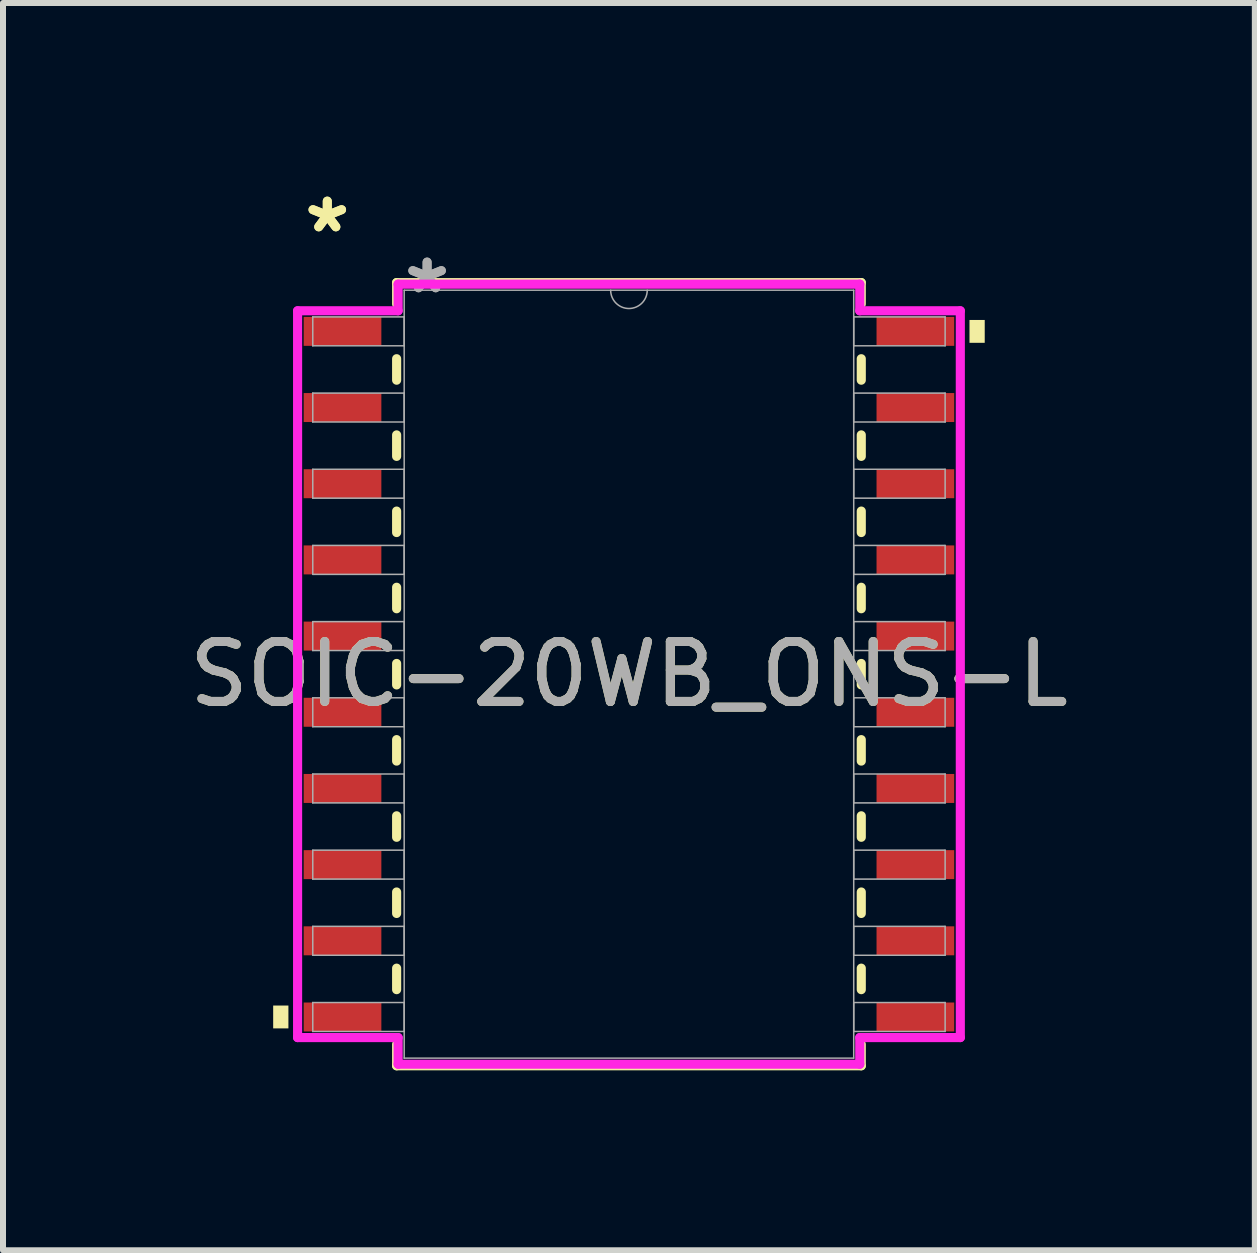
<source format=kicad_pcb>
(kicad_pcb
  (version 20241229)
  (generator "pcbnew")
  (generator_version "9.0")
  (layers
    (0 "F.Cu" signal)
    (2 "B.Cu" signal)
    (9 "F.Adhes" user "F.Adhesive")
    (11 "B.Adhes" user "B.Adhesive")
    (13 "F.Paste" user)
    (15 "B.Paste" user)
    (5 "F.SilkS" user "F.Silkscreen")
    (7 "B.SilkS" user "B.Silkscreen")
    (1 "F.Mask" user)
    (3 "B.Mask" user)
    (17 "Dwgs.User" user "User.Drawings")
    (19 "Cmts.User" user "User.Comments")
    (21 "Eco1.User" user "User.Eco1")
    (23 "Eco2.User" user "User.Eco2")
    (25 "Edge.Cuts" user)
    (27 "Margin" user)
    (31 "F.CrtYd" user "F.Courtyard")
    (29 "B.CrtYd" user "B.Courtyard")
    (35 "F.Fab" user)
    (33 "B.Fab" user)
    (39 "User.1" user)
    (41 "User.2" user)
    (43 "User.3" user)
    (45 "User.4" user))
  (footprint "SOIC-20WB_ONS-L"
    (layer "F.Cu")
    (at 7.435 8.189)
    (property "Reference" "SOIC-20WB_ONS-L" (at 0 0 0) (unlocked yes) (layer "F.SilkS") (effects (font (size 1 1) (thickness 0.15))))
    (attr smd)
    (fp_line (start -3.873 -6.528) (end -3.873 -6.171) (stroke (width 0.152) (type solid)) (layer "F.SilkS"))
    (fp_line (start -3.873 -5.259) (end -3.873 -4.901) (stroke (width 0.152) (type solid)) (layer "F.SilkS"))
    (fp_line (start -3.873 -3.989) (end -3.873 -3.631) (stroke (width 0.152) (type solid)) (layer "F.SilkS"))
    (fp_line (start -3.873 -2.719) (end -3.873 -2.361) (stroke (width 0.152) (type solid)) (layer "F.SilkS"))
    (fp_line (start -3.873 -1.449) (end -3.873 -1.091) (stroke (width 0.152) (type solid)) (layer "F.SilkS"))
    (fp_line (start -3.873 -0.179) (end -3.873 0.179) (stroke (width 0.152) (type solid)) (layer "F.SilkS"))
    (fp_line (start -3.873 1.091) (end -3.873 1.449) (stroke (width 0.152) (type solid)) (layer "F.SilkS"))
    (fp_line (start -3.873 2.361) (end -3.873 2.719) (stroke (width 0.152) (type solid)) (layer "F.SilkS"))
    (fp_line (start -3.873 3.631) (end -3.873 3.989) (stroke (width 0.152) (type solid)) (layer "F.SilkS"))
    (fp_line (start -3.873 4.901) (end -3.873 5.259) (stroke (width 0.152) (type solid)) (layer "F.SilkS"))
    (fp_line (start -3.873 6.171) (end -3.873 6.528) (stroke (width 0.152) (type solid)) (layer "F.SilkS"))
    (fp_line (start -3.873 6.528) (end 3.873 6.528) (stroke (width 0.152) (type solid)) (layer "F.SilkS"))
    (fp_line (start 3.873 -6.528) (end -3.873 -6.528) (stroke (width 0.152) (type solid)) (layer "F.SilkS"))
    (fp_line (start 3.873 -6.171) (end 3.873 -6.528) (stroke (width 0.152) (type solid)) (layer "F.SilkS"))
    (fp_line (start 3.873 -4.901) (end 3.873 -5.259) (stroke (width 0.152) (type solid)) (layer "F.SilkS"))
    (fp_line (start 3.873 -3.631) (end 3.873 -3.989) (stroke (width 0.152) (type solid)) (layer "F.SilkS"))
    (fp_line (start 3.873 -2.361) (end 3.873 -2.719) (stroke (width 0.152) (type solid)) (layer "F.SilkS"))
    (fp_line (start 3.873 -1.091) (end 3.873 -1.449) (stroke (width 0.152) (type solid)) (layer "F.SilkS"))
    (fp_line (start 3.873 0.179) (end 3.873 -0.179) (stroke (width 0.152) (type solid)) (layer "F.SilkS"))
    (fp_line (start 3.873 1.449) (end 3.873 1.091) (stroke (width 0.152) (type solid)) (layer "F.SilkS"))
    (fp_line (start 3.873 2.719) (end 3.873 2.361) (stroke (width 0.152) (type solid)) (layer "F.SilkS"))
    (fp_line (start 3.873 3.989) (end 3.873 3.631) (stroke (width 0.152) (type solid)) (layer "F.SilkS"))
    (fp_line (start 3.873 5.259) (end 3.873 4.901) (stroke (width 0.152) (type solid)) (layer "F.SilkS"))
    (fp_line (start 3.873 6.528) (end 3.873 6.171) (stroke (width 0.152) (type solid)) (layer "F.SilkS"))
    (fp_poly (pts (xy -5.931 5.524) (xy -5.931 5.905) (xy -5.677 5.905) (xy -5.677 5.524)) (stroke (width 0) (type solid)) (fill yes) (layer "F.SilkS"))
    (fp_poly (pts (xy 5.931 -5.905) (xy 5.931 -5.524) (xy 5.677 -5.524) (xy 5.677 -5.905)) (stroke (width 0) (type solid)) (fill yes) (layer "F.SilkS"))
    (fp_line (start -5.524 -6.058) (end -3.848 -6.058) (stroke (width 0.152) (type solid)) (layer "F.CrtYd"))
    (fp_line (start -5.524 6.058) (end -5.524 -6.058) (stroke (width 0.152) (type solid)) (layer "F.CrtYd"))
    (fp_line (start -5.524 6.058) (end -3.848 6.058) (stroke (width 0.152) (type solid)) (layer "F.CrtYd"))
    (fp_line (start -3.848 -6.502) (end 3.848 -6.502) (stroke (width 0.152) (type solid)) (layer "F.CrtYd"))
    (fp_line (start -3.848 -6.058) (end -3.848 -6.502) (stroke (width 0.152) (type solid)) (layer "F.CrtYd"))
    (fp_line (start -3.848 6.502) (end -3.848 6.058) (stroke (width 0.152) (type solid)) (layer "F.CrtYd"))
    (fp_line (start 3.848 -6.502) (end 3.848 -6.058) (stroke (width 0.152) (type solid)) (layer "F.CrtYd"))
    (fp_line (start 3.848 6.058) (end 3.848 6.502) (stroke (width 0.152) (type solid)) (layer "F.CrtYd"))
    (fp_line (start 3.848 6.502) (end -3.848 6.502) (stroke (width 0.152) (type solid)) (layer "F.CrtYd"))
    (fp_line (start 5.524 -6.058) (end 3.848 -6.058) (stroke (width 0.152) (type solid)) (layer "F.CrtYd"))
    (fp_line (start 5.524 -6.058) (end 5.524 6.058) (stroke (width 0.152) (type solid)) (layer "F.CrtYd"))
    (fp_line (start 5.524 6.058) (end 3.848 6.058) (stroke (width 0.152) (type solid)) (layer "F.CrtYd"))
    (fp_line (start -5.271 -5.956) (end -5.271 -5.474) (stroke (width 0.025) (type solid)) (layer "F.Fab"))
    (fp_line (start -5.271 -5.474) (end -3.747 -5.474) (stroke (width 0.025) (type solid)) (layer "F.Fab"))
    (fp_line (start -5.271 -4.686) (end -5.271 -4.204) (stroke (width 0.025) (type solid)) (layer "F.Fab"))
    (fp_line (start -5.271 -4.204) (end -3.747 -4.204) (stroke (width 0.025) (type solid)) (layer "F.Fab"))
    (fp_line (start -5.271 -3.416) (end -5.271 -2.934) (stroke (width 0.025) (type solid)) (layer "F.Fab"))
    (fp_line (start -5.271 -2.934) (end -3.747 -2.934) (stroke (width 0.025) (type solid)) (layer "F.Fab"))
    (fp_line (start -5.271 -2.146) (end -5.271 -1.664) (stroke (width 0.025) (type solid)) (layer "F.Fab"))
    (fp_line (start -5.271 -1.664) (end -3.747 -1.664) (stroke (width 0.025) (type solid)) (layer "F.Fab"))
    (fp_line (start -5.271 -0.876) (end -5.271 -0.394) (stroke (width 0.025) (type solid)) (layer "F.Fab"))
    (fp_line (start -5.271 -0.394) (end -3.747 -0.394) (stroke (width 0.025) (type solid)) (layer "F.Fab"))
    (fp_line (start -5.271 0.394) (end -5.271 0.876) (stroke (width 0.025) (type solid)) (layer "F.Fab"))
    (fp_line (start -5.271 0.876) (end -3.747 0.876) (stroke (width 0.025) (type solid)) (layer "F.Fab"))
    (fp_line (start -5.271 1.664) (end -5.271 2.146) (stroke (width 0.025) (type solid)) (layer "F.Fab"))
    (fp_line (start -5.271 2.146) (end -3.747 2.146) (stroke (width 0.025) (type solid)) (layer "F.Fab"))
    (fp_line (start -5.271 2.934) (end -5.271 3.416) (stroke (width 0.025) (type solid)) (layer "F.Fab"))
    (fp_line (start -5.271 3.416) (end -3.747 3.416) (stroke (width 0.025) (type solid)) (layer "F.Fab"))
    (fp_line (start -5.271 4.204) (end -5.271 4.686) (stroke (width 0.025) (type solid)) (layer "F.Fab"))
    (fp_line (start -5.271 4.686) (end -3.747 4.686) (stroke (width 0.025) (type solid)) (layer "F.Fab"))
    (fp_line (start -5.271 5.474) (end -5.271 5.956) (stroke (width 0.025) (type solid)) (layer "F.Fab"))
    (fp_line (start -5.271 5.956) (end -3.747 5.956) (stroke (width 0.025) (type solid)) (layer "F.Fab"))
    (fp_line (start -3.747 -6.401) (end -3.747 6.401) (stroke (width 0.025) (type solid)) (layer "F.Fab"))
    (fp_line (start -3.747 -5.956) (end -5.271 -5.956) (stroke (width 0.025) (type solid)) (layer "F.Fab"))
    (fp_line (start -3.747 -5.474) (end -3.747 -5.956) (stroke (width 0.025) (type solid)) (layer "F.Fab"))
    (fp_line (start -3.747 -4.686) (end -5.271 -4.686) (stroke (width 0.025) (type solid)) (layer "F.Fab"))
    (fp_line (start -3.747 -4.204) (end -3.747 -4.686) (stroke (width 0.025) (type solid)) (layer "F.Fab"))
    (fp_line (start -3.747 -3.416) (end -5.271 -3.416) (stroke (width 0.025) (type solid)) (layer "F.Fab"))
    (fp_line (start -3.747 -2.934) (end -3.747 -3.416) (stroke (width 0.025) (type solid)) (layer "F.Fab"))
    (fp_line (start -3.747 -2.146) (end -5.271 -2.146) (stroke (width 0.025) (type solid)) (layer "F.Fab"))
    (fp_line (start -3.747 -1.664) (end -3.747 -2.146) (stroke (width 0.025) (type solid)) (layer "F.Fab"))
    (fp_line (start -3.747 -0.876) (end -5.271 -0.876) (stroke (width 0.025) (type solid)) (layer "F.Fab"))
    (fp_line (start -3.747 -0.394) (end -3.747 -0.876) (stroke (width 0.025) (type solid)) (layer "F.Fab"))
    (fp_line (start -3.747 0.394) (end -5.271 0.394) (stroke (width 0.025) (type solid)) (layer "F.Fab"))
    (fp_line (start -3.747 0.876) (end -3.747 0.394) (stroke (width 0.025) (type solid)) (layer "F.Fab"))
    (fp_line (start -3.747 1.664) (end -5.271 1.664) (stroke (width 0.025) (type solid)) (layer "F.Fab"))
    (fp_line (start -3.747 2.146) (end -3.747 1.664) (stroke (width 0.025) (type solid)) (layer "F.Fab"))
    (fp_line (start -3.747 2.934) (end -5.271 2.934) (stroke (width 0.025) (type solid)) (layer "F.Fab"))
    (fp_line (start -3.747 3.416) (end -3.747 2.934) (stroke (width 0.025) (type solid)) (layer "F.Fab"))
    (fp_line (start -3.747 4.204) (end -5.271 4.204) (stroke (width 0.025) (type solid)) (layer "F.Fab"))
    (fp_line (start -3.747 4.686) (end -3.747 4.204) (stroke (width 0.025) (type solid)) (layer "F.Fab"))
    (fp_line (start -3.747 5.474) (end -5.271 5.474) (stroke (width 0.025) (type solid)) (layer "F.Fab"))
    (fp_line (start -3.747 5.956) (end -3.747 5.474) (stroke (width 0.025) (type solid)) (layer "F.Fab"))
    (fp_line (start -3.747 6.401) (end 3.747 6.401) (stroke (width 0.025) (type solid)) (layer "F.Fab"))
    (fp_line (start 3.747 -6.401) (end -3.747 -6.401) (stroke (width 0.025) (type solid)) (layer "F.Fab"))
    (fp_line (start 3.747 -5.956) (end 3.747 -5.474) (stroke (width 0.025) (type solid)) (layer "F.Fab"))
    (fp_line (start 3.747 -5.474) (end 5.271 -5.474) (stroke (width 0.025) (type solid)) (layer "F.Fab"))
    (fp_line (start 3.747 -4.686) (end 3.747 -4.204) (stroke (width 0.025) (type solid)) (layer "F.Fab"))
    (fp_line (start 3.747 -4.204) (end 5.271 -4.204) (stroke (width 0.025) (type solid)) (layer "F.Fab"))
    (fp_line (start 3.747 -3.416) (end 3.747 -2.934) (stroke (width 0.025) (type solid)) (layer "F.Fab"))
    (fp_line (start 3.747 -2.934) (end 5.271 -2.934) (stroke (width 0.025) (type solid)) (layer "F.Fab"))
    (fp_line (start 3.747 -2.146) (end 3.747 -1.664) (stroke (width 0.025) (type solid)) (layer "F.Fab"))
    (fp_line (start 3.747 -1.664) (end 5.271 -1.664) (stroke (width 0.025) (type solid)) (layer "F.Fab"))
    (fp_line (start 3.747 -0.876) (end 3.747 -0.394) (stroke (width 0.025) (type solid)) (layer "F.Fab"))
    (fp_line (start 3.747 -0.394) (end 5.271 -0.394) (stroke (width 0.025) (type solid)) (layer "F.Fab"))
    (fp_line (start 3.747 0.394) (end 3.747 0.876) (stroke (width 0.025) (type solid)) (layer "F.Fab"))
    (fp_line (start 3.747 0.876) (end 5.271 0.876) (stroke (width 0.025) (type solid)) (layer "F.Fab"))
    (fp_line (start 3.747 1.664) (end 3.747 2.146) (stroke (width 0.025) (type solid)) (layer "F.Fab"))
    (fp_line (start 3.747 2.146) (end 5.271 2.146) (stroke (width 0.025) (type solid)) (layer "F.Fab"))
    (fp_line (start 3.747 2.934) (end 3.747 3.416) (stroke (width 0.025) (type solid)) (layer "F.Fab"))
    (fp_line (start 3.747 3.416) (end 5.271 3.416) (stroke (width 0.025) (type solid)) (layer "F.Fab"))
    (fp_line (start 3.747 4.204) (end 3.747 4.686) (stroke (width 0.025) (type solid)) (layer "F.Fab"))
    (fp_line (start 3.747 4.686) (end 5.271 4.686) (stroke (width 0.025) (type solid)) (layer "F.Fab"))
    (fp_line (start 3.747 5.474) (end 3.747 5.956) (stroke (width 0.025) (type solid)) (layer "F.Fab"))
    (fp_line (start 3.747 5.956) (end 5.271 5.956) (stroke (width 0.025) (type solid)) (layer "F.Fab"))
    (fp_line (start 3.747 6.401) (end 3.747 -6.401) (stroke (width 0.025) (type solid)) (layer "F.Fab"))
    (fp_line (start 5.271 -5.956) (end 3.747 -5.956) (stroke (width 0.025) (type solid)) (layer "F.Fab"))
    (fp_line (start 5.271 -5.474) (end 5.271 -5.956) (stroke (width 0.025) (type solid)) (layer "F.Fab"))
    (fp_line (start 5.271 -4.686) (end 3.747 -4.686) (stroke (width 0.025) (type solid)) (layer "F.Fab"))
    (fp_line (start 5.271 -4.204) (end 5.271 -4.686) (stroke (width 0.025) (type solid)) (layer "F.Fab"))
    (fp_line (start 5.271 -3.416) (end 3.747 -3.416) (stroke (width 0.025) (type solid)) (layer "F.Fab"))
    (fp_line (start 5.271 -2.934) (end 5.271 -3.416) (stroke (width 0.025) (type solid)) (layer "F.Fab"))
    (fp_line (start 5.271 -2.146) (end 3.747 -2.146) (stroke (width 0.025) (type solid)) (layer "F.Fab"))
    (fp_line (start 5.271 -1.664) (end 5.271 -2.146) (stroke (width 0.025) (type solid)) (layer "F.Fab"))
    (fp_line (start 5.271 -0.876) (end 3.747 -0.876) (stroke (width 0.025) (type solid)) (layer "F.Fab"))
    (fp_line (start 5.271 -0.394) (end 5.271 -0.876) (stroke (width 0.025) (type solid)) (layer "F.Fab"))
    (fp_line (start 5.271 0.394) (end 3.747 0.394) (stroke (width 0.025) (type solid)) (layer "F.Fab"))
    (fp_line (start 5.271 0.876) (end 5.271 0.394) (stroke (width 0.025) (type solid)) (layer "F.Fab"))
    (fp_line (start 5.271 1.664) (end 3.747 1.664) (stroke (width 0.025) (type solid)) (layer "F.Fab"))
    (fp_line (start 5.271 2.146) (end 5.271 1.664) (stroke (width 0.025) (type solid)) (layer "F.Fab"))
    (fp_line (start 5.271 2.934) (end 3.747 2.934) (stroke (width 0.025) (type solid)) (layer "F.Fab"))
    (fp_line (start 5.271 3.416) (end 5.271 2.934) (stroke (width 0.025) (type solid)) (layer "F.Fab"))
    (fp_line (start 5.271 4.204) (end 3.747 4.204) (stroke (width 0.025) (type solid)) (layer "F.Fab"))
    (fp_line (start 5.271 4.686) (end 5.271 4.204) (stroke (width 0.025) (type solid)) (layer "F.Fab"))
    (fp_line (start 5.271 5.474) (end 3.747 5.474) (stroke (width 0.025) (type solid)) (layer "F.Fab"))
    (fp_line (start 5.271 5.956) (end 5.271 5.474) (stroke (width 0.025) (type solid)) (layer "F.Fab"))
    (fp_arc (start 0.3048 -6.4008) (mid 0 -6.096) (end -0.3048 -6.4008) (stroke (width 0.0254) (type solid)) (layer "F.Fab"))
    (fp_text user "*" (at -5.029 -7.341 0) (unlocked yes) (layer "F.SilkS") (effects (font (size 1 1) (thickness 0.15))))
    (fp_text user "*" (at -5.029 -7.341 0) (layer "F.SilkS") (effects (font (size 1 1) (thickness 0.15))))
    (fp_text user "*" (at -3.365 -6.325 0) (layer "F.Fab") (effects (font (size 1 1) (thickness 0.15))))
    (fp_text user "${REFERENCE}" (at 0 0 0) (unlocked yes) (layer "F.Fab") (effects (font (size 1 1) (thickness 0.15))))
    (fp_text user "*" (at -3.365 -6.325 0) (unlocked yes) (layer "F.Fab") (effects (font (size 1 1) (thickness 0.15))))
    (pad "1" smd rect (at -4.775 -5.715) (size 1.295 0.483) (layers "F.Cu" "F.Mask" "F.Paste"))
    (pad "2" smd rect (at -4.775 -4.445) (size 1.295 0.483) (layers "F.Cu" "F.Mask" "F.Paste"))
    (pad "3" smd rect (at -4.775 -3.175) (size 1.295 0.483) (layers "F.Cu" "F.Mask" "F.Paste"))
    (pad "4" smd rect (at -4.775 -1.905) (size 1.295 0.483) (layers "F.Cu" "F.Mask" "F.Paste"))
    (pad "5" smd rect (at -4.775 -0.635) (size 1.295 0.483) (layers "F.Cu" "F.Mask" "F.Paste"))
    (pad "6" smd rect (at -4.775 0.635) (size 1.295 0.483) (layers "F.Cu" "F.Mask" "F.Paste"))
    (pad "7" smd rect (at -4.775 1.905) (size 1.295 0.483) (layers "F.Cu" "F.Mask" "F.Paste"))
    (pad "8" smd rect (at -4.775 3.175) (size 1.295 0.483) (layers "F.Cu" "F.Mask" "F.Paste"))
    (pad "9" smd rect (at -4.775 4.445) (size 1.295 0.483) (layers "F.Cu" "F.Mask" "F.Paste"))
    (pad "10" smd rect (at -4.775 5.715) (size 1.295 0.483) (layers "F.Cu" "F.Mask" "F.Paste"))
    (pad "11" smd rect (at 4.775 5.715) (size 1.295 0.483) (layers "F.Cu" "F.Mask" "F.Paste"))
    (pad "12" smd rect (at 4.775 4.445) (size 1.295 0.483) (layers "F.Cu" "F.Mask" "F.Paste"))
    (pad "13" smd rect (at 4.775 3.175) (size 1.295 0.483) (layers "F.Cu" "F.Mask" "F.Paste"))
    (pad "14" smd rect (at 4.775 1.905) (size 1.295 0.483) (layers "F.Cu" "F.Mask" "F.Paste"))
    (pad "15" smd rect (at 4.775 0.635) (size 1.295 0.483) (layers "F.Cu" "F.Mask" "F.Paste"))
    (pad "16" smd rect (at 4.775 -0.635) (size 1.295 0.483) (layers "F.Cu" "F.Mask" "F.Paste"))
    (pad "17" smd rect (at 4.775 -1.905) (size 1.295 0.483) (layers "F.Cu" "F.Mask" "F.Paste"))
    (pad "18" smd rect (at 4.775 -3.175) (size 1.295 0.483) (layers "F.Cu" "F.Mask" "F.Paste"))
    (pad "19" smd rect (at 4.775 -4.445) (size 1.295 0.483) (layers "F.Cu" "F.Mask" "F.Paste"))
    (pad "20" smd rect (at 4.775 -5.715) (size 1.295 0.483) (layers "F.Cu" "F.Mask" "F.Paste")))
  (gr_rect
    (start -3 -3)
    (end 17.869 17.793)
    (stroke (width 0.1) (type default))
    (fill no)
    (layer "Edge.Cuts")))
</source>
